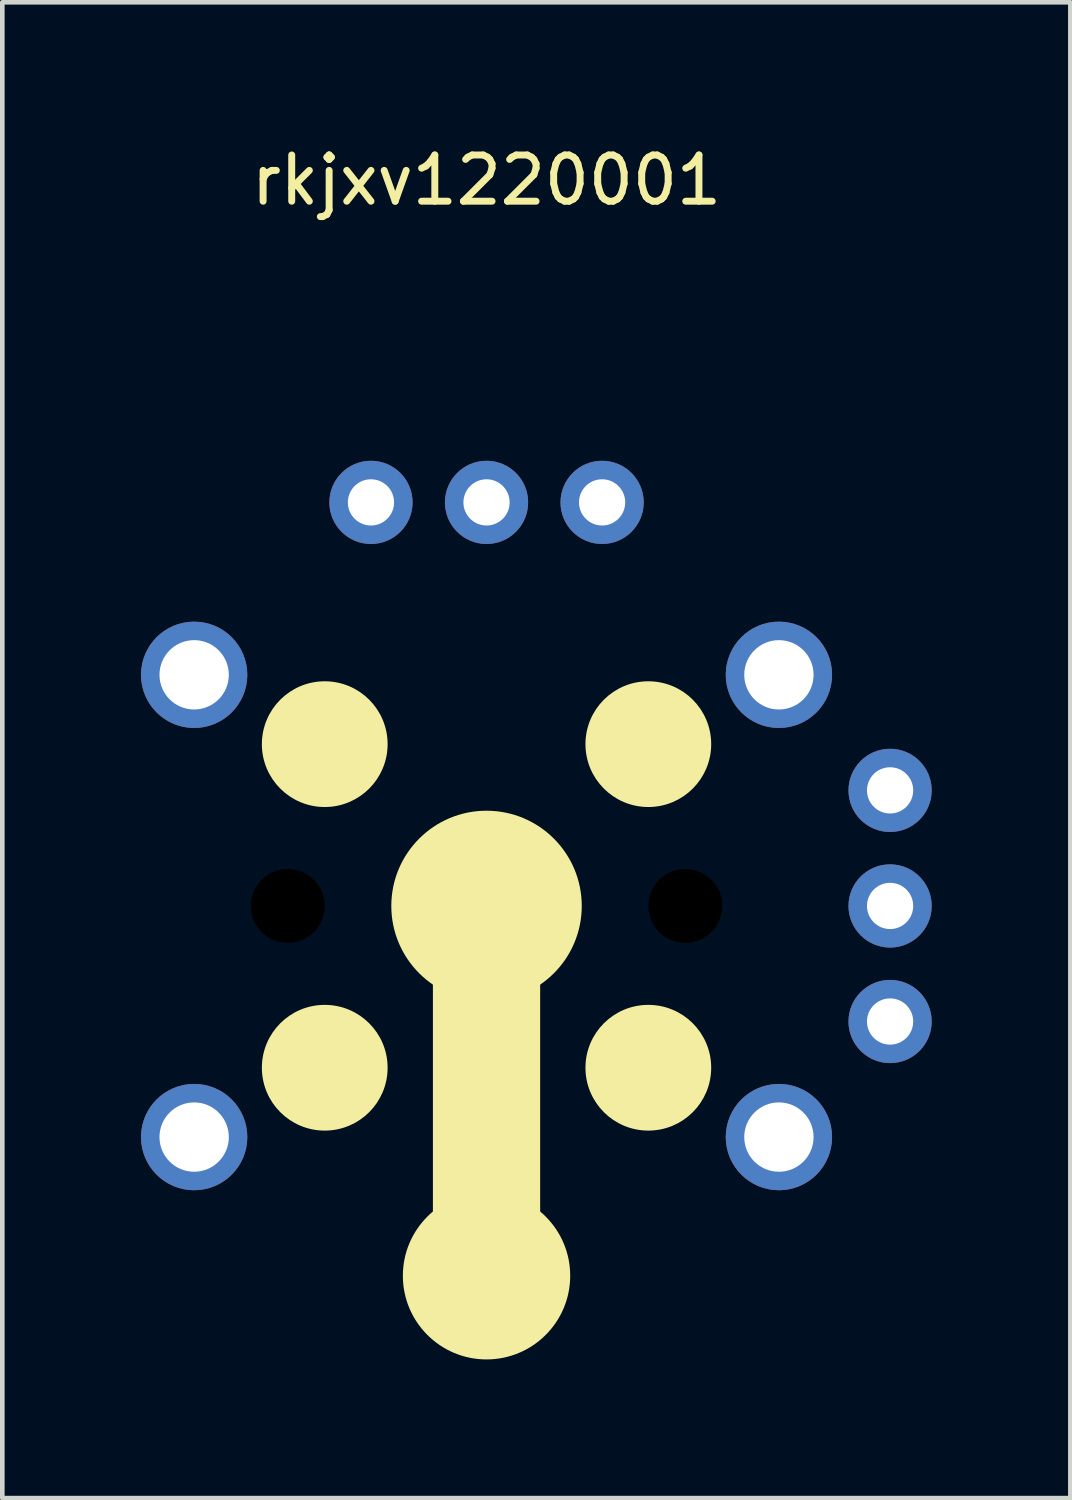
<source format=kicad_pcb>
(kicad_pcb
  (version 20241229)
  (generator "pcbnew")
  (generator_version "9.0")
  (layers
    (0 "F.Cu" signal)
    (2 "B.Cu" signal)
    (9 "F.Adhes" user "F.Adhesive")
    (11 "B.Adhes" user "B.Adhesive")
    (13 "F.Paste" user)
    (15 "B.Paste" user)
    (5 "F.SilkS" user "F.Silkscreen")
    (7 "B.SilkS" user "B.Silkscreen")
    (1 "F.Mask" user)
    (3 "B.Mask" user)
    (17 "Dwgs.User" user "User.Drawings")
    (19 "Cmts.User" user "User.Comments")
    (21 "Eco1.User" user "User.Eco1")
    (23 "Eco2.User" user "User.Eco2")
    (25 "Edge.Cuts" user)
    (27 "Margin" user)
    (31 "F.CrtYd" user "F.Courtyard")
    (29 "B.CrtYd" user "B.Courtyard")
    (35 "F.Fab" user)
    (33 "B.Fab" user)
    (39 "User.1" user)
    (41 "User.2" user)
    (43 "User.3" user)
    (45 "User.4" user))
  (footprint "rkjxv1220001"
    (layer "F.Cu")
    (at 7.475 16.548)
    (property "Reference" "rkjxv1220001" (at 0 -15.7 0) (unlocked yes) (layer "F.SilkS") (effects (font (size 1 1) (thickness 0.15))))
    (attr through_hole)
    (fp_rect (start -1.1 0) (end 1.1 8) (stroke (width 0.12) (type solid)) (fill yes) (layer "F.SilkS"))
    (fp_circle (center -3.5 -3.5) (end -2.2 -3.5) (stroke (width 0.12) (type solid)) (fill yes) (layer "F.SilkS"))
    (fp_circle (center -3.5 3.5) (end -2.2 3.5) (stroke (width 0.12) (type solid)) (fill yes) (layer "F.SilkS"))
    (fp_circle (center 0 0) (end 2 0) (stroke (width 0.12) (type solid)) (fill yes) (layer "F.SilkS"))
    (fp_circle (center 0 8) (end 1.75 8) (stroke (width 0.12) (type solid)) (fill yes) (layer "F.SilkS"))
    (fp_circle (center 3.5 -3.5) (end 4.8 -3.5) (stroke (width 0.12) (type solid)) (fill yes) (layer "F.SilkS"))
    (fp_circle (center 3.5 3.5) (end 4.8 3.5) (stroke (width 0.12) (type solid)) (fill yes) (layer "F.SilkS"))
    (pad "" np_thru_hole circle (at -4.3 0) (size 1.6 1.6) (drill 1.6) (layers "*.Mask"))
    (pad "" np_thru_hole circle (at 4.3 0) (size 1.6 1.6) (drill 1.6) (layers "*.Mask"))
    (pad "1" thru_hole circle (at 2.5 -8.73) (size 1.8 1.8) (drill 1) (layers "*.Cu" "*.Mask"))
    (pad "2" thru_hole circle (at 0 -8.73) (size 1.8 1.8) (drill 1) (layers "*.Cu" "*.Mask"))
    (pad "3" thru_hole circle (at -2.5 -8.73) (size 1.8 1.8) (drill 1) (layers "*.Cu" "*.Mask"))
    (pad "4" thru_hole circle (at 8.73 2.5) (size 1.8 1.8) (drill 1) (layers "*.Cu" "*.Mask"))
    (pad "5" thru_hole circle (at 8.73 0) (size 1.8 1.8) (drill 1) (layers "*.Cu" "*.Mask"))
    (pad "6" thru_hole circle (at 8.73 -2.5) (size 1.8 1.8) (drill 1) (layers "*.Cu" "*.Mask"))
    (pad "7" thru_hole circle (at 6.325 -5) (size 2.3 2.3) (drill 1.5) (layers "*.Cu" "*.Mask"))
    (pad "8" thru_hole circle (at -6.325 -5) (size 2.3 2.3) (drill 1.5) (layers "*.Cu" "*.Mask"))
    (pad "9" thru_hole circle (at 6.325 5) (size 2.3 2.3) (drill 1.5) (layers "*.Cu" "*.Mask"))
    (pad "10" thru_hole circle (at -6.325 5) (size 2.3 2.3) (drill 1.5) (layers "*.Cu" "*.Mask")))
  (gr_rect
    (start -3 -3)
    (end 20.105 29.358)
    (stroke (width 0.1) (type default))
    (fill no)
    (layer "Edge.Cuts")))
</source>
